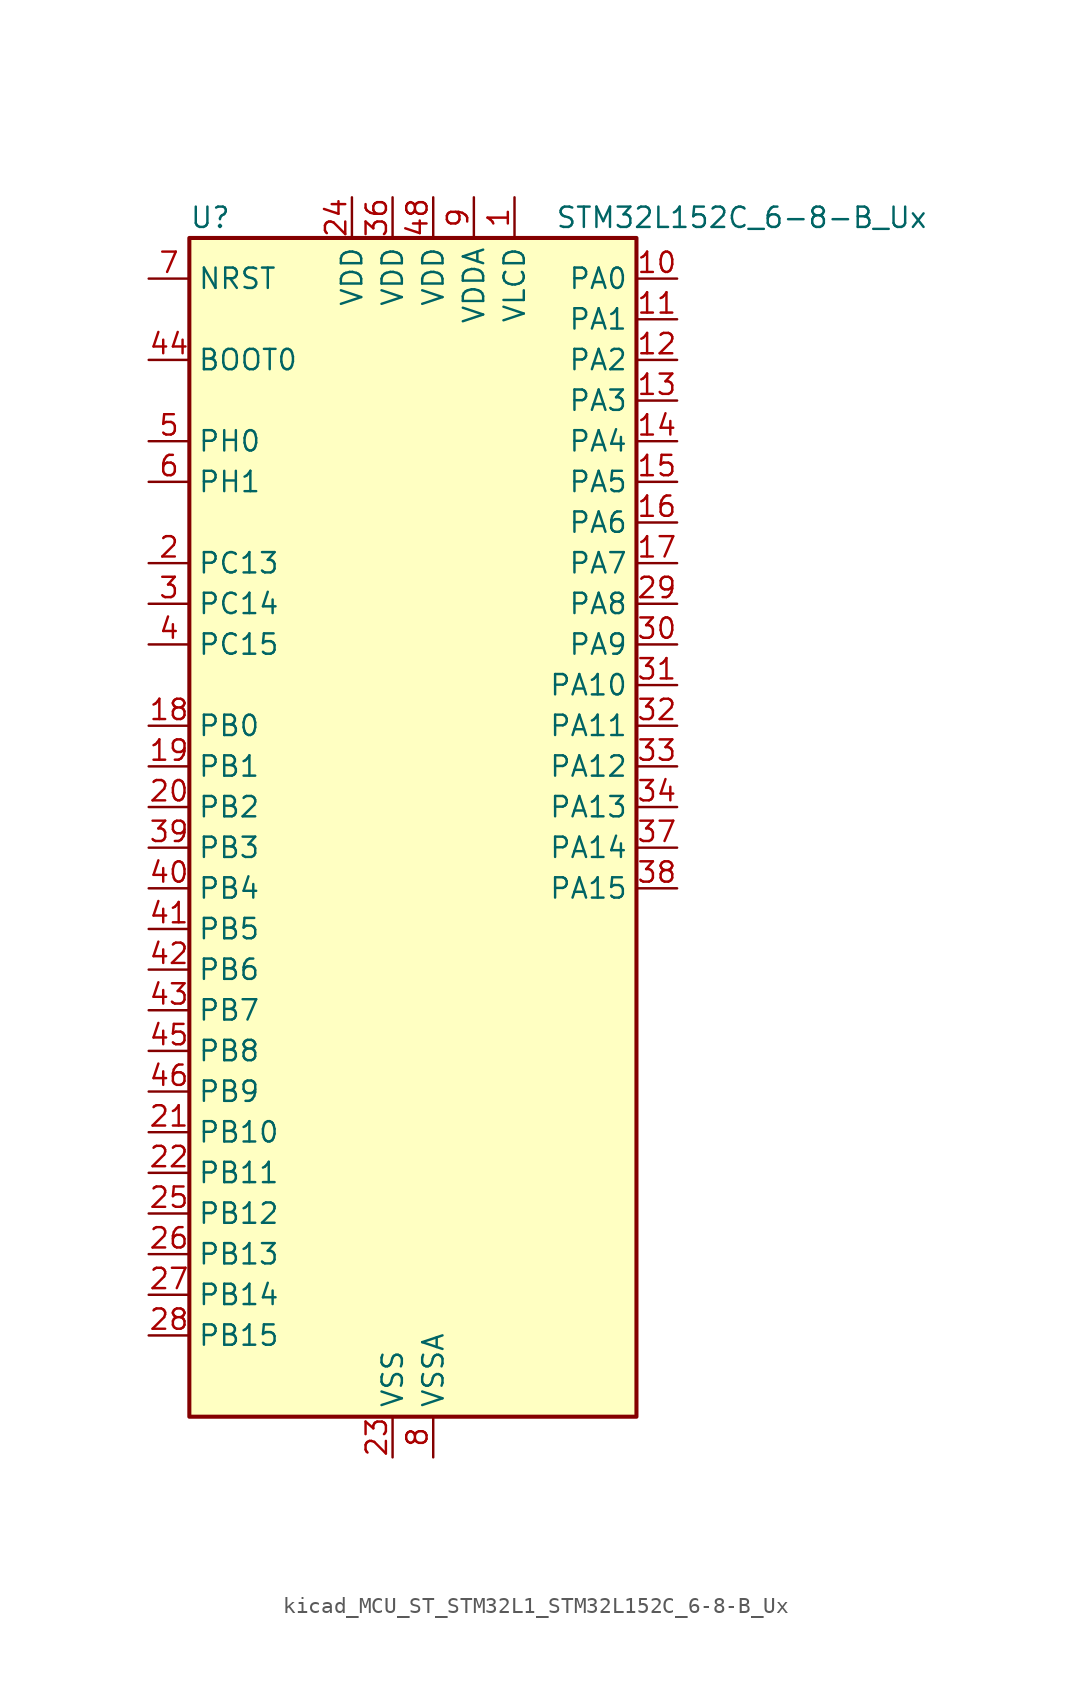
<source format=kicad_sym>
(kicad_symbol_lib
  (version 20220914)
  (generator kicad_symbol_editor)
  (symbol "kicad_MCU_ST_STM32L1_STM32L152C_6-8-B_Ux"
    (property "Reference" "U"
      (at -12.7 39.37 0)
      (effects (font (size 1.27 1.27)) (justify left)))
    (property "Value" "STM32L152C_6-8-B_Ux"
      (at 10.16 39.37 0)
      (effects (font (size 1.27 1.27)) (justify left)))
    (property "ki_locked" ""
      (at 0 0 0)
      (effects (font (size 1.27 1.27))))
    (symbol "kicad_MCU_ST_STM32L1_STM32L152C_6-8-B_Ux_0_1"
      (rectangle (start -12.7 -35.56) (end 15.24 38.1) (stroke (width 0.254) (type default)) (fill (type background))))
    (symbol "kicad_MCU_ST_STM32L1_STM32L152C_6-8-B_Ux_1_1"
      (pin power_in line (at 7.62 40.64 270) (length 2.54) (name "VLCD" (effects (font (size 1.27 1.27)))) (number "1" (effects (font (size 1.27 1.27)))))
      (pin bidirectional line (at 17.78 35.56 180) (length 2.54) (name "PA0" (effects (font (size 1.27 1.27)))) (number "10" (effects (font (size 1.27 1.27)))) (alternate "ADC_IN0" bidirectional line) (alternate "COMP1_INP" bidirectional line) (alternate "SYS_WKUP1" bidirectional line) (alternate "TIM2_CH1" bidirectional line) (alternate "TIM2_ETR" bidirectional line) (alternate "TIMX_IC1" bidirectional line) (alternate "TS_G1_IO1" bidirectional line) (alternate "USART2_CTS" bidirectional line))
      (pin bidirectional line (at 17.78 33.02 180) (length 2.54) (name "PA1" (effects (font (size 1.27 1.27)))) (number "11" (effects (font (size 1.27 1.27)))) (alternate "ADC_IN1" bidirectional line) (alternate "COMP1_INP" bidirectional line) (alternate "LCD_SEG0" bidirectional line) (alternate "TIM2_CH2" bidirectional line) (alternate "TIMX_IC2" bidirectional line) (alternate "TS_G1_IO2" bidirectional line) (alternate "USART2_RTS" bidirectional line))
      (pin bidirectional line (at 17.78 30.48 180) (length 2.54) (name "PA2" (effects (font (size 1.27 1.27)))) (number "12" (effects (font (size 1.27 1.27)))) (alternate "ADC_IN2" bidirectional line) (alternate "COMP1_INP" bidirectional line) (alternate "LCD_SEG1" bidirectional line) (alternate "TIM2_CH3" bidirectional line) (alternate "TIM9_CH1" bidirectional line) (alternate "TIMX_IC3" bidirectional line) (alternate "TS_G1_IO3" bidirectional line) (alternate "USART2_TX" bidirectional line))
      (pin bidirectional line (at 17.78 27.94 180) (length 2.54) (name "PA3" (effects (font (size 1.27 1.27)))) (number "13" (effects (font (size 1.27 1.27)))) (alternate "ADC_IN3" bidirectional line) (alternate "COMP1_INP" bidirectional line) (alternate "LCD_SEG2" bidirectional line) (alternate "TIM2_CH4" bidirectional line) (alternate "TIM9_CH2" bidirectional line) (alternate "TIMX_IC4" bidirectional line) (alternate "TS_G1_IO4" bidirectional line) (alternate "USART2_RX" bidirectional line))
      (pin bidirectional line (at 17.78 25.4 180) (length 2.54) (name "PA4" (effects (font (size 1.27 1.27)))) (number "14" (effects (font (size 1.27 1.27)))) (alternate "ADC_IN4" bidirectional line) (alternate "COMP1_INP" bidirectional line) (alternate "DAC_OUT1" bidirectional line) (alternate "SPI1_NSS" bidirectional line) (alternate "TIMX_IC1" bidirectional line) (alternate "USART2_CK" bidirectional line))
      (pin bidirectional line (at 17.78 22.86 180) (length 2.54) (name "PA5" (effects (font (size 1.27 1.27)))) (number "15" (effects (font (size 1.27 1.27)))) (alternate "ADC_IN5" bidirectional line) (alternate "COMP1_INP" bidirectional line) (alternate "DAC_OUT2" bidirectional line) (alternate "SPI1_SCK" bidirectional line) (alternate "TIM2_CH1" bidirectional line) (alternate "TIM2_ETR" bidirectional line) (alternate "TIMX_IC2" bidirectional line))
      (pin bidirectional line (at 17.78 20.32 180) (length 2.54) (name "PA6" (effects (font (size 1.27 1.27)))) (number "16" (effects (font (size 1.27 1.27)))) (alternate "ADC_IN6" bidirectional line) (alternate "COMP1_INP" bidirectional line) (alternate "LCD_SEG3" bidirectional line) (alternate "SPI1_MISO" bidirectional line) (alternate "TIM10_CH1" bidirectional line) (alternate "TIM3_CH1" bidirectional line) (alternate "TIMX_IC3" bidirectional line) (alternate "TS_G2_IO1" bidirectional line))
      (pin bidirectional line (at 17.78 17.78 180) (length 2.54) (name "PA7" (effects (font (size 1.27 1.27)))) (number "17" (effects (font (size 1.27 1.27)))) (alternate "ADC_IN7" bidirectional line) (alternate "COMP1_INP" bidirectional line) (alternate "LCD_SEG4" bidirectional line) (alternate "SPI1_MOSI" bidirectional line) (alternate "TIM11_CH1" bidirectional line) (alternate "TIM3_CH2" bidirectional line) (alternate "TIMX_IC4" bidirectional line) (alternate "TS_G2_IO2" bidirectional line))
      (pin bidirectional line (at -15.24 7.62 0) (length 2.54) (name "PB0" (effects (font (size 1.27 1.27)))) (number "18" (effects (font (size 1.27 1.27)))) (alternate "ADC_IN8" bidirectional line) (alternate "COMP1_INP" bidirectional line) (alternate "LCD_SEG5" bidirectional line) (alternate "SYS_V_REF_OUT" bidirectional line) (alternate "TIM3_CH3" bidirectional line) (alternate "TS_G3_IO1" bidirectional line))
      (pin bidirectional line (at -15.24 5.08 0) (length 2.54) (name "PB1" (effects (font (size 1.27 1.27)))) (number "19" (effects (font (size 1.27 1.27)))) (alternate "ADC_IN9" bidirectional line) (alternate "COMP1_INP" bidirectional line) (alternate "LCD_SEG6" bidirectional line) (alternate "SYS_V_REF_OUT" bidirectional line) (alternate "TIM3_CH4" bidirectional line) (alternate "TS_G3_IO2" bidirectional line))
      (pin bidirectional line (at -15.24 17.78 0) (length 2.54) (name "PC13" (effects (font (size 1.27 1.27)))) (number "2" (effects (font (size 1.27 1.27)))) (alternate "RTC_OUT_ALARM" bidirectional line) (alternate "RTC_OUT_CALIB" bidirectional line) (alternate "RTC_TAMP1" bidirectional line) (alternate "RTC_TS" bidirectional line) (alternate "SYS_WKUP2" bidirectional line) (alternate "TIMX_IC2" bidirectional line))
      (pin bidirectional line (at -15.24 2.54 0) (length 2.54) (name "PB2" (effects (font (size 1.27 1.27)))) (number "20" (effects (font (size 1.27 1.27)))))
      (pin bidirectional line (at -15.24 -17.78 0) (length 2.54) (name "PB10" (effects (font (size 1.27 1.27)))) (number "21" (effects (font (size 1.27 1.27)))) (alternate "I2C2_SCL" bidirectional line) (alternate "LCD_SEG10" bidirectional line) (alternate "TIM2_CH3" bidirectional line) (alternate "USART3_TX" bidirectional line))
      (pin bidirectional line (at -15.24 -20.32 0) (length 2.54) (name "PB11" (effects (font (size 1.27 1.27)))) (number "22" (effects (font (size 1.27 1.27)))) (alternate "ADC_EXTI11" bidirectional line) (alternate "I2C2_SDA" bidirectional line) (alternate "LCD_SEG11" bidirectional line) (alternate "TIM2_CH4" bidirectional line) (alternate "USART3_RX" bidirectional line))
      (pin power_in line (at 0 -38.1 90) (length 2.54) (name "VSS" (effects (font (size 1.27 1.27)))) (number "23" (effects (font (size 1.27 1.27)))))
      (pin power_in line (at -2.54 40.64 270) (length 2.54) (name "VDD" (effects (font (size 1.27 1.27)))) (number "24" (effects (font (size 1.27 1.27)))))
      (pin bidirectional line (at -15.24 -22.86 0) (length 2.54) (name "PB12" (effects (font (size 1.27 1.27)))) (number "25" (effects (font (size 1.27 1.27)))) (alternate "ADC_IN18" bidirectional line) (alternate "COMP1_INP" bidirectional line) (alternate "I2C2_SMBA" bidirectional line) (alternate "LCD_SEG12" bidirectional line) (alternate "SPI2_NSS" bidirectional line) (alternate "TIM10_CH1" bidirectional line) (alternate "TS_G7_IO1" bidirectional line) (alternate "USART3_CK" bidirectional line))
      (pin bidirectional line (at -15.24 -25.4 0) (length 2.54) (name "PB13" (effects (font (size 1.27 1.27)))) (number "26" (effects (font (size 1.27 1.27)))) (alternate "ADC_IN19" bidirectional line) (alternate "COMP1_INP" bidirectional line) (alternate "LCD_SEG13" bidirectional line) (alternate "SPI2_SCK" bidirectional line) (alternate "TIM9_CH1" bidirectional line) (alternate "TS_G7_IO2" bidirectional line) (alternate "USART3_CTS" bidirectional line))
      (pin bidirectional line (at -15.24 -27.94 0) (length 2.54) (name "PB14" (effects (font (size 1.27 1.27)))) (number "27" (effects (font (size 1.27 1.27)))) (alternate "ADC_IN20" bidirectional line) (alternate "COMP1_INP" bidirectional line) (alternate "LCD_SEG14" bidirectional line) (alternate "SPI2_MISO" bidirectional line) (alternate "TIM9_CH2" bidirectional line) (alternate "TS_G7_IO3" bidirectional line) (alternate "USART3_RTS" bidirectional line))
      (pin bidirectional line (at -15.24 -30.48 0) (length 2.54) (name "PB15" (effects (font (size 1.27 1.27)))) (number "28" (effects (font (size 1.27 1.27)))) (alternate "ADC_EXTI15" bidirectional line) (alternate "ADC_IN21" bidirectional line) (alternate "COMP1_INP" bidirectional line) (alternate "LCD_SEG15" bidirectional line) (alternate "RTC_REFIN" bidirectional line) (alternate "SPI2_MOSI" bidirectional line) (alternate "TIM11_CH1" bidirectional line) (alternate "TS_G7_IO4" bidirectional line))
      (pin bidirectional line (at 17.78 15.24 180) (length 2.54) (name "PA8" (effects (font (size 1.27 1.27)))) (number "29" (effects (font (size 1.27 1.27)))) (alternate "LCD_COM0" bidirectional line) (alternate "RCC_MCO" bidirectional line) (alternate "TIMX_IC1" bidirectional line) (alternate "TS_G4_IO1" bidirectional line) (alternate "USART1_CK" bidirectional line))
      (pin bidirectional line (at -15.24 15.24 0) (length 2.54) (name "PC14" (effects (font (size 1.27 1.27)))) (number "3" (effects (font (size 1.27 1.27)))) (alternate "RCC_OSC32_IN" bidirectional line) (alternate "TIMX_IC3" bidirectional line))
      (pin bidirectional line (at 17.78 12.7 180) (length 2.54) (name "PA9" (effects (font (size 1.27 1.27)))) (number "30" (effects (font (size 1.27 1.27)))) (alternate "DAC_EXTI9" bidirectional line) (alternate "LCD_COM1" bidirectional line) (alternate "TIMX_IC2" bidirectional line) (alternate "TS_G4_IO2" bidirectional line) (alternate "USART1_TX" bidirectional line))
      (pin bidirectional line (at 17.78 10.16 180) (length 2.54) (name "PA10" (effects (font (size 1.27 1.27)))) (number "31" (effects (font (size 1.27 1.27)))) (alternate "LCD_COM2" bidirectional line) (alternate "TIMX_IC3" bidirectional line) (alternate "TS_G4_IO3" bidirectional line) (alternate "USART1_RX" bidirectional line))
      (pin bidirectional line (at 17.78 7.62 180) (length 2.54) (name "PA11" (effects (font (size 1.27 1.27)))) (number "32" (effects (font (size 1.27 1.27)))) (alternate "ADC_EXTI11" bidirectional line) (alternate "SPI1_MISO" bidirectional line) (alternate "TIMX_IC4" bidirectional line) (alternate "USART1_CTS" bidirectional line) (alternate "USB_DM" bidirectional line))
      (pin bidirectional line (at 17.78 5.08 180) (length 2.54) (name "PA12" (effects (font (size 1.27 1.27)))) (number "33" (effects (font (size 1.27 1.27)))) (alternate "SPI1_MOSI" bidirectional line) (alternate "TIMX_IC1" bidirectional line) (alternate "USART1_RTS" bidirectional line) (alternate "USB_DP" bidirectional line))
      (pin bidirectional line (at 17.78 2.54 180) (length 2.54) (name "PA13" (effects (font (size 1.27 1.27)))) (number "34" (effects (font (size 1.27 1.27)))) (alternate "SYS_JTMS-SWDIO" bidirectional line) (alternate "TIMX_IC2" bidirectional line) (alternate "TS_G5_IO1" bidirectional line))
      (pin passive line (at 0 -38.1 90) (length 2.54) hide (name "VSS" (effects (font (size 1.27 1.27)))) (number "35" (effects (font (size 1.27 1.27)))))
      (pin power_in line (at 0 40.64 270) (length 2.54) (name "VDD" (effects (font (size 1.27 1.27)))) (number "36" (effects (font (size 1.27 1.27)))))
      (pin bidirectional line (at 17.78 0 180) (length 2.54) (name "PA14" (effects (font (size 1.27 1.27)))) (number "37" (effects (font (size 1.27 1.27)))) (alternate "SYS_JTCK-SWCLK" bidirectional line) (alternate "TIMX_IC3" bidirectional line) (alternate "TS_G5_IO2" bidirectional line))
      (pin bidirectional line (at 17.78 -2.54 180) (length 2.54) (name "PA15" (effects (font (size 1.27 1.27)))) (number "38" (effects (font (size 1.27 1.27)))) (alternate "ADC_EXTI15" bidirectional line) (alternate "LCD_SEG17" bidirectional line) (alternate "SPI1_NSS" bidirectional line) (alternate "SYS_JTDI" bidirectional line) (alternate "TIM2_CH1" bidirectional line) (alternate "TIM2_ETR" bidirectional line) (alternate "TIMX_IC4" bidirectional line) (alternate "TS_G5_IO3" bidirectional line))
      (pin bidirectional line (at -15.24 0 0) (length 2.54) (name "PB3" (effects (font (size 1.27 1.27)))) (number "39" (effects (font (size 1.27 1.27)))) (alternate "COMP2_INM" bidirectional line) (alternate "LCD_SEG7" bidirectional line) (alternate "SPI1_SCK" bidirectional line) (alternate "SYS_JTDO-TRACESWO" bidirectional line) (alternate "TIM2_CH2" bidirectional line))
      (pin bidirectional line (at -15.24 12.7 0) (length 2.54) (name "PC15" (effects (font (size 1.27 1.27)))) (number "4" (effects (font (size 1.27 1.27)))) (alternate "ADC_EXTI15" bidirectional line) (alternate "RCC_OSC32_OUT" bidirectional line) (alternate "TIMX_IC4" bidirectional line))
      (pin bidirectional line (at -15.24 -2.54 0) (length 2.54) (name "PB4" (effects (font (size 1.27 1.27)))) (number "40" (effects (font (size 1.27 1.27)))) (alternate "COMP2_INP" bidirectional line) (alternate "LCD_SEG8" bidirectional line) (alternate "SPI1_MISO" bidirectional line) (alternate "SYS_JTRST" bidirectional line) (alternate "TIM3_CH1" bidirectional line) (alternate "TS_G6_IO1" bidirectional line))
      (pin bidirectional line (at -15.24 -5.08 0) (length 2.54) (name "PB5" (effects (font (size 1.27 1.27)))) (number "41" (effects (font (size 1.27 1.27)))) (alternate "COMP2_INP" bidirectional line) (alternate "I2C1_SMBA" bidirectional line) (alternate "LCD_SEG9" bidirectional line) (alternate "SPI1_MOSI" bidirectional line) (alternate "TIM3_CH2" bidirectional line) (alternate "TS_G6_IO2" bidirectional line))
      (pin bidirectional line (at -15.24 -7.62 0) (length 2.54) (name "PB6" (effects (font (size 1.27 1.27)))) (number "42" (effects (font (size 1.27 1.27)))) (alternate "I2C1_SCL" bidirectional line) (alternate "TIM4_CH1" bidirectional line) (alternate "USART1_TX" bidirectional line))
      (pin bidirectional line (at -15.24 -10.16 0) (length 2.54) (name "PB7" (effects (font (size 1.27 1.27)))) (number "43" (effects (font (size 1.27 1.27)))) (alternate "I2C1_SDA" bidirectional line) (alternate "SYS_PVD_IN" bidirectional line) (alternate "TIM4_CH2" bidirectional line) (alternate "USART1_RX" bidirectional line))
      (pin input line (at -15.24 30.48 0) (length 2.54) (name "BOOT0" (effects (font (size 1.27 1.27)))) (number "44" (effects (font (size 1.27 1.27)))))
      (pin bidirectional line (at -15.24 -12.7 0) (length 2.54) (name "PB8" (effects (font (size 1.27 1.27)))) (number "45" (effects (font (size 1.27 1.27)))) (alternate "I2C1_SCL" bidirectional line) (alternate "LCD_SEG16" bidirectional line) (alternate "TIM10_CH1" bidirectional line) (alternate "TIM4_CH3" bidirectional line))
      (pin bidirectional line (at -15.24 -15.24 0) (length 2.54) (name "PB9" (effects (font (size 1.27 1.27)))) (number "46" (effects (font (size 1.27 1.27)))) (alternate "DAC_EXTI9" bidirectional line) (alternate "I2C1_SDA" bidirectional line) (alternate "LCD_COM3" bidirectional line) (alternate "TIM11_CH1" bidirectional line) (alternate "TIM4_CH4" bidirectional line))
      (pin passive line (at 0 -38.1 90) (length 2.54) hide (name "VSS" (effects (font (size 1.27 1.27)))) (number "47" (effects (font (size 1.27 1.27)))))
      (pin power_in line (at 2.54 40.64 270) (length 2.54) (name "VDD" (effects (font (size 1.27 1.27)))) (number "48" (effects (font (size 1.27 1.27)))))
      (pin passive line (at 0 -38.1 90) (length 2.54) hide (name "VSS" (effects (font (size 1.27 1.27)))) (number "49" (effects (font (size 1.27 1.27)))))
      (pin bidirectional line (at -15.24 25.4 0) (length 2.54) (name "PH0" (effects (font (size 1.27 1.27)))) (number "5" (effects (font (size 1.27 1.27)))) (alternate "RCC_OSC_IN" bidirectional line))
      (pin bidirectional line (at -15.24 22.86 0) (length 2.54) (name "PH1" (effects (font (size 1.27 1.27)))) (number "6" (effects (font (size 1.27 1.27)))) (alternate "RCC_OSC_OUT" bidirectional line))
      (pin input line (at -15.24 35.56 0) (length 2.54) (name "NRST" (effects (font (size 1.27 1.27)))) (number "7" (effects (font (size 1.27 1.27)))))
      (pin power_in line (at 2.54 -38.1 90) (length 2.54) (name "VSSA" (effects (font (size 1.27 1.27)))) (number "8" (effects (font (size 1.27 1.27)))))
      (pin power_in line (at 5.08 40.64 270) (length 2.54) (name "VDDA" (effects (font (size 1.27 1.27)))) (number "9" (effects (font (size 1.27 1.27))))))))
</source>
